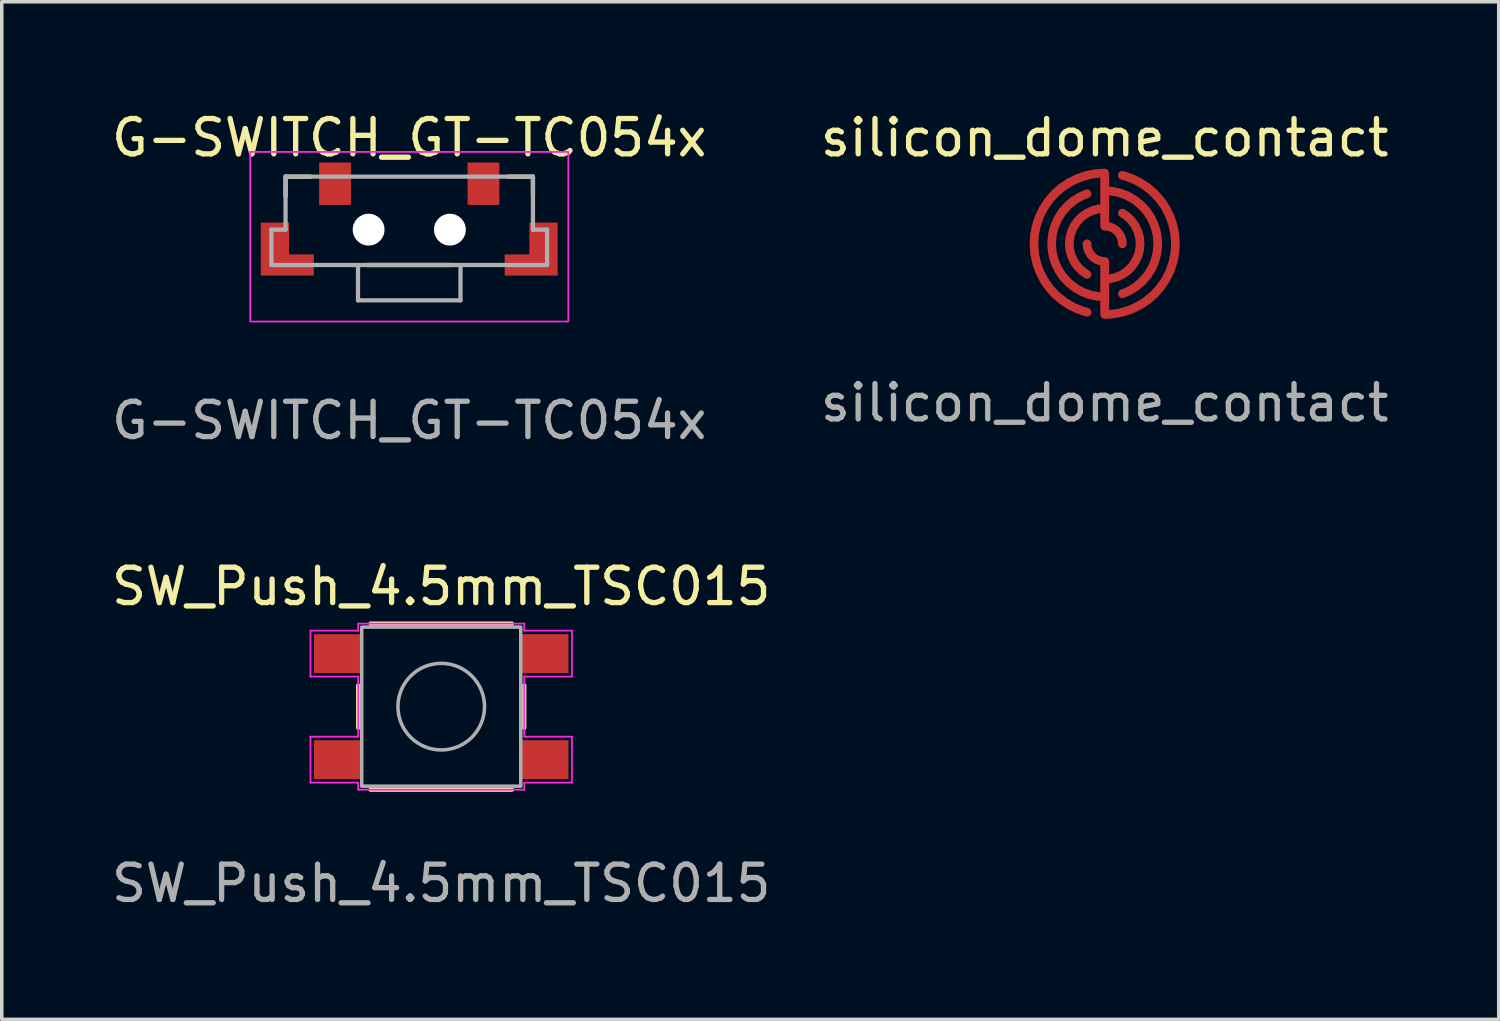
<source format=kicad_pcb>
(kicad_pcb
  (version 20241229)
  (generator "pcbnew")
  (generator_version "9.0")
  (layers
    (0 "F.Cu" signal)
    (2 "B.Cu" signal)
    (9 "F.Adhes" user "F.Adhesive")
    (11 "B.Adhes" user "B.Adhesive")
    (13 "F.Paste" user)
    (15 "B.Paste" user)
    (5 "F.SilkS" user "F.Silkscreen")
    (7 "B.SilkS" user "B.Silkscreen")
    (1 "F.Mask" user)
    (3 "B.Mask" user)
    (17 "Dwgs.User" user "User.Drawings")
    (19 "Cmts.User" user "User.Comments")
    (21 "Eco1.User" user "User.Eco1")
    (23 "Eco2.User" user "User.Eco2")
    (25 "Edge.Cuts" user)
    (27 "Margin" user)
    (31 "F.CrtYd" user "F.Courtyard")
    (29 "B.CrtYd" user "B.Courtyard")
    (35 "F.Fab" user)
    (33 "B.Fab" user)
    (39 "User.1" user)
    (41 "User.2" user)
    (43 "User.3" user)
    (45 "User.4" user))
  (footprint "silicon_dome_contact"
    (layer "F.Cu")
    (at 28.208 3.848)
    (property "Reference" "silicon_dome_contact" (at 0 -3 0) (unlocked yes) (layer "F.SilkS") (effects (font (size 1 1) (thickness 0.15))))
    (fp_text user "${REFERENCE}" (at 0 4.5 0) (unlocked yes) (layer "F.Fab") (effects (font (size 1 1) (thickness 0.15))))
    (pad "1" smd custom (at 0 0) (size 0.001 0.001) (layers "F.Cu" "F.Mask") (options (anchor rect)) (primitives (gr_arc (start 0 -0.5) (mid 0.353553 -0.353553) (end 0.5 0) (width 0.25)) (gr_arc (start -0.5 0.866) (mid -0.965901 -0.258826) (end 0.000013 -0.999978) (width 0.25)) (gr_arc (start 0 -1.5) (mid 1.478334 -0.254024) (end 0.50071 1.413962) (width 0.25)) (gr_arc (start -0.5 1.936) (mid -1.983621 -0.251681) (end -0.000662 -1.999524) (width 0.25)) (gr_line (start 0 -0.5) (end 0 -2) (width 0.25))))
    (pad "2" smd custom (at 0 0 180) (size 0.001 0.001) (layers "F.Cu" "F.Mask") (options (anchor rect)) (primitives (gr_arc (start 0 -0.5) (mid 0.353553 -0.353553) (end 0.5 0) (width 0.25)) (gr_arc (start -0.5 0.866) (mid -0.965901 -0.258826) (end 0.000013 -0.999978) (width 0.25)) (gr_arc (start 0 -1.5) (mid 1.478334 -0.254024) (end 0.50071 1.413962) (width 0.25)) (gr_arc (start -0.5 1.936) (mid -1.983621 -0.251681) (end -0.000662 -1.999524) (width 0.25)) (gr_line (start 0 -0.5) (end 0 -2) (width 0.25)))))
  (footprint "SW_Push_4.5mm_TSC015"
    (layer "F.Cu")
    (at 9.435 16.945)
    (property "Reference" "SW_Push_4.5mm_TSC015" (at 0 -3.4 0) (unlocked yes) (layer "F.SilkS") (effects (font (size 1 1) (thickness 0.15))))
    (attr smd)
    (fp_line (start -2.35 -0.6) (end -2.35 0.6) (stroke (width 0.12) (type solid)) (layer "F.SilkS"))
    (fp_line (start -2 -2.35) (end 2 -2.35) (stroke (width 0.12) (type solid)) (layer "F.SilkS"))
    (fp_line (start -2 2.35) (end 2 2.35) (stroke (width 0.12) (type solid)) (layer "F.SilkS"))
    (fp_line (start 2.35 -0.6) (end 2.35 0.6) (stroke (width 0.12) (type solid)) (layer "F.SilkS"))
    (fp_line (start -3.7 -2.15) (end -2.35 -2.15) (stroke (width 0.05) (type solid)) (layer "F.CrtYd"))
    (fp_line (start -3.7 -0.85) (end -3.7 -2.15) (stroke (width 0.05) (type solid)) (layer "F.CrtYd"))
    (fp_line (start -3.7 -0.85) (end -2.35 -0.85) (stroke (width 0.05) (type solid)) (layer "F.CrtYd"))
    (fp_line (start -3.7 0.85) (end -2.35 0.85) (stroke (width 0.05) (type solid)) (layer "F.CrtYd"))
    (fp_line (start -3.7 2.15) (end -3.7 0.85) (stroke (width 0.05) (type solid)) (layer "F.CrtYd"))
    (fp_line (start -3.7 2.15) (end -2.35 2.15) (stroke (width 0.05) (type solid)) (layer "F.CrtYd"))
    (fp_line (start -2.35 -2.35) (end -2.35 -2.15) (stroke (width 0.05) (type solid)) (layer "F.CrtYd"))
    (fp_line (start -2.35 -0.85) (end -2.35 0.85) (stroke (width 0.05) (type solid)) (layer "F.CrtYd"))
    (fp_line (start -2.35 2.35) (end -2.35 2.15) (stroke (width 0.05) (type solid)) (layer "F.CrtYd"))
    (fp_line (start 2.35 -2.35) (end -2.35 -2.35) (stroke (width 0.05) (type solid)) (layer "F.CrtYd"))
    (fp_line (start 2.35 -2.35) (end 2.35 -2.15) (stroke (width 0.05) (type solid)) (layer "F.CrtYd"))
    (fp_line (start 2.35 -0.85) (end 2.35 0.85) (stroke (width 0.05) (type solid)) (layer "F.CrtYd"))
    (fp_line (start 2.35 2.35) (end -2.35 2.35) (stroke (width 0.05) (type solid)) (layer "F.CrtYd"))
    (fp_line (start 2.35 2.35) (end 2.35 2.15) (stroke (width 0.05) (type solid)) (layer "F.CrtYd"))
    (fp_line (start 3.7 -2.15) (end 2.35 -2.15) (stroke (width 0.05) (type solid)) (layer "F.CrtYd"))
    (fp_line (start 3.7 -2.15) (end 3.7 -0.85) (stroke (width 0.05) (type solid)) (layer "F.CrtYd"))
    (fp_line (start 3.7 -0.85) (end 2.35 -0.85) (stroke (width 0.05) (type solid)) (layer "F.CrtYd"))
    (fp_line (start 3.7 0.85) (end 2.35 0.85) (stroke (width 0.05) (type solid)) (layer "F.CrtYd"))
    (fp_line (start 3.7 0.85) (end 3.7 2.15) (stroke (width 0.05) (type solid)) (layer "F.CrtYd"))
    (fp_line (start 3.7 2.15) (end 2.35 2.15) (stroke (width 0.05) (type solid)) (layer "F.CrtYd"))
    (fp_rect (start 2.25 2.25) (end -2.25 -2.25) (stroke (width 0.1) (type solid)) (fill no) (layer "F.Fab"))
    (fp_circle (center 0 0) (end 1.225 0) (stroke (width 0.1) (type solid)) (fill no) (layer "F.Fab"))
    (fp_text user "${REFERENCE}" (at 0 5 0) (unlocked yes) (layer "F.Fab") (effects (font (size 1 1) (thickness 0.15))))
    (pad "1" smd rect (at -2.925 -1.5) (size 1.35 1.1) (layers "F.Cu" "F.Mask" "F.Paste"))
    (pad "2" smd rect (at 2.925 -1.5) (size 1.35 1.1) (layers "F.Cu" "F.Mask" "F.Paste"))
    (pad "3" smd rect (at -2.925 1.5) (size 1.35 1.1) (layers "F.Cu" "F.Mask" "F.Paste"))
    (pad "4" smd rect (at 2.925 1.5) (size 1.35 1.1) (layers "F.Cu" "F.Mask" "F.Paste")))
  (footprint "G-SWITCH_GT-TC054x"
    (layer "F.Cu")
    (at 8.53 3.448)
    (property "Reference" "G-SWITCH_GT-TC054x" (at 0 -2.6 0) (unlocked yes) (layer "F.SilkS") (effects (font (size 1 1) (thickness 0.15))))
    (attr smd)
    (fp_line (start -3.5 -1.5) (end -3.5 -0.95) (stroke (width 0.12) (type solid)) (layer "F.SilkS"))
    (fp_line (start -2.8 -1.5) (end -3.5 -1.5) (stroke (width 0.12) (type solid)) (layer "F.SilkS"))
    (fp_line (start -1.2 1) (end 1.2 1) (stroke (width 0.12) (type solid)) (layer "F.SilkS"))
    (fp_line (start 2.8 -1.5) (end 3.5 -1.5) (stroke (width 0.12) (type solid)) (layer "F.SilkS"))
    (fp_line (start 3.5 -1.5) (end 3.5 -0.95) (stroke (width 0.12) (type solid)) (layer "F.SilkS"))
    (fp_rect (start -4.5 -2.2) (end 4.5 2.6) (stroke (width 0.05) (type solid)) (fill no) (layer "F.CrtYd"))
    (fp_line (start -3.9 0) (end -3.5 0) (stroke (width 0.12) (type solid)) (layer "F.Fab"))
    (fp_line (start -3.9 1) (end -3.9 0) (stroke (width 0.12) (type solid)) (layer "F.Fab"))
    (fp_line (start -3.9 1) (end 3.9 1) (stroke (width 0.12) (type solid)) (layer "F.Fab"))
    (fp_line (start -3.5 -1.5) (end 3.5 -1.5) (stroke (width 0.12) (type solid)) (layer "F.Fab"))
    (fp_line (start -3.5 0) (end -3.5 -1.5) (stroke (width 0.12) (type solid)) (layer "F.Fab"))
    (fp_line (start -1.45 1) (end -1.45 2) (stroke (width 0.12) (type solid)) (layer "F.Fab"))
    (fp_line (start 1.45 1) (end 1.45 2) (stroke (width 0.12) (type solid)) (layer "F.Fab"))
    (fp_line (start 1.45 2) (end -1.45 2) (stroke (width 0.12) (type solid)) (layer "F.Fab"))
    (fp_line (start 3.5 0) (end 3.5 -1.5) (stroke (width 0.12) (type solid)) (layer "F.Fab"))
    (fp_line (start 3.9 0) (end 3.5 0) (stroke (width 0.12) (type solid)) (layer "F.Fab"))
    (fp_line (start 3.9 1) (end 3.9 0) (stroke (width 0.12) (type solid)) (layer "F.Fab"))
    (fp_text user "${REFERENCE}" (at 0 5.4 0) (unlocked yes) (layer "F.Fab") (effects (font (size 1 1) (thickness 0.15))))
    (pad "" smd custom (at -3.45 0.55 180) (size 0.001 0.001) (layers "F.Cu" "F.Mask" "F.Paste") (options (anchor rect)) (primitives (gr_poly (pts (xy 0.75 -0.75) (xy -0.75 -0.75) (xy -0.75 -0.15) (xy -0.05 -0.15) (xy -0.05 0.75) (xy 0.75 0.75)) (width 0) (fill yes))))
    (pad "" np_thru_hole circle (at -1.15 0) (size 0.9 0.9) (drill 0.9) (layers "*.Cu" "*.Mask"))
    (pad "" np_thru_hole circle (at 1.15 0) (size 0.9 0.9) (drill 0.9) (layers "*.Cu" "*.Mask"))
    (pad "" smd custom (at 3.45 0.55 180) (size 0.001 0.001) (layers "F.Cu" "F.Mask" "F.Paste") (options (anchor rect)) (primitives (gr_poly (pts (xy -0.75 -0.75) (xy 0.75 -0.75) (xy 0.75 -0.15) (xy 0.05 -0.15) (xy 0.05 0.75) (xy -0.75 0.75)) (width 0) (fill yes))))
    (pad "1" smd rect (at 2.1 -1.3) (size 0.9 1.2) (layers "F.Cu" "F.Mask" "F.Paste"))
    (pad "2" smd rect (at -2.1 -1.3) (size 0.9 1.2) (layers "F.Cu" "F.Mask" "F.Paste")))
  (gr_rect
    (start -3 -3)
    (end 39.357 25.793)
    (stroke (width 0.1) (type default))
    (fill no)
    (layer "Edge.Cuts")))
</source>
